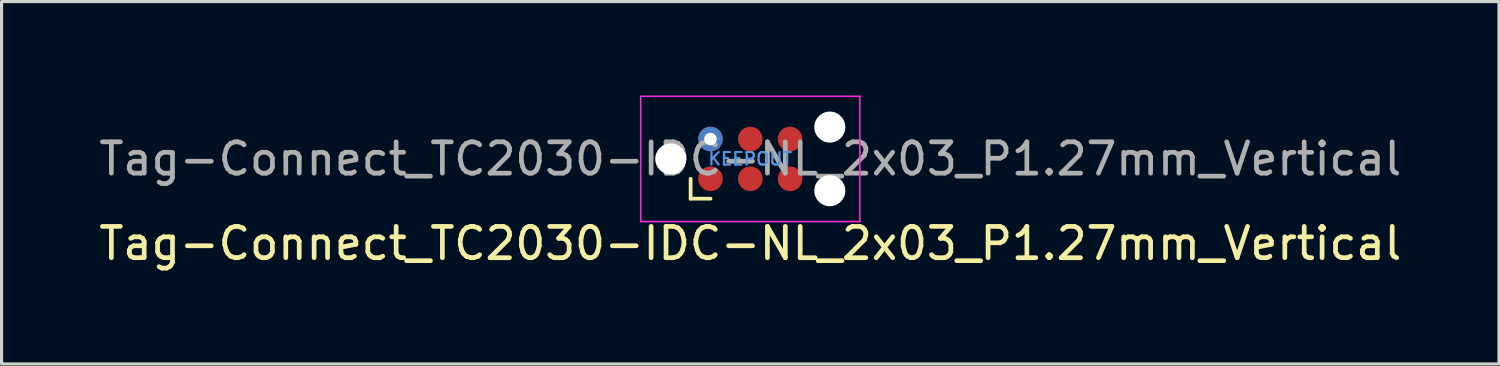
<source format=kicad_pcb>
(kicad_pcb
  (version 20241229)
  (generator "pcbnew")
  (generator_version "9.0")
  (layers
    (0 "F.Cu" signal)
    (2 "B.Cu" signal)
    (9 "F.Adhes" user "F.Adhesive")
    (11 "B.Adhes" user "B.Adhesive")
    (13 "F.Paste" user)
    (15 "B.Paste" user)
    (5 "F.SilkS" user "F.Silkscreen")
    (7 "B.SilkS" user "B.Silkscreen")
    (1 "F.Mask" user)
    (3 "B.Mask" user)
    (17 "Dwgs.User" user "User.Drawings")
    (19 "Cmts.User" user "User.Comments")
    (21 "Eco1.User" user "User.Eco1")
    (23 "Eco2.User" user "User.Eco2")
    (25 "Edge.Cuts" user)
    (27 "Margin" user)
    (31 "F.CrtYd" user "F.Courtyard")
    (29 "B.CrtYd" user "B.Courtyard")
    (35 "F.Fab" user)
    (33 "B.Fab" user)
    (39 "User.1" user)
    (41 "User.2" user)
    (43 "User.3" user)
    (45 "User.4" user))
  (footprint "Tag-Connect_TC2030-IDC-NL_2x03_P1.27mm_Vertical"
    (layer "F.Cu")
    (at 20.911 2.025)
    (property "Reference" "Tag-Connect_TC2030-IDC-NL_2x03_P1.27mm_Vertical" (at 0 2.7 0) (layer "F.SilkS") (effects (font (size 1 1) (thickness 0.15))))
    (attr exclude_from_pos_files exclude_from_bom)
    (fp_line (start -1.905 1.27) (end -1.905 0.635) (stroke (width 0.12) (type solid)) (layer "F.SilkS"))
    (fp_line (start -1.27 1.27) (end -1.905 1.27) (stroke (width 0.12) (type solid)) (layer "F.SilkS"))
    (fp_line (start -3.5 -2) (end 3.5 -2) (stroke (width 0.05) (type solid)) (layer "F.CrtYd"))
    (fp_line (start -3.5 2) (end -3.5 -2) (stroke (width 0.05) (type solid)) (layer "F.CrtYd"))
    (fp_line (start 3.5 -2) (end 3.5 2) (stroke (width 0.05) (type solid)) (layer "F.CrtYd"))
    (fp_line (start 3.5 2) (end -3.5 2) (stroke (width 0.05) (type solid)) (layer "F.CrtYd"))
    (fp_text user "KEEPOUT" (at 0 0 0) (layer "Cmts.User") (effects (font (size 0.4 0.4) (thickness 0.07))))
    (fp_text user "${REFERENCE}" (at 0 0 0) (layer "F.Fab") (effects (font (size 1 1) (thickness 0.15))))
    (pad "" np_thru_hole circle (at -2.54 0) (size 0.991 0.991) (drill 0.991) (layers "*.Cu" "*.Mask"))
    (pad "" np_thru_hole circle (at 2.54 -1.016) (size 0.991 0.991) (drill 0.991) (layers "*.Cu" "*.Mask"))
    (pad "" np_thru_hole circle (at 2.54 1.016) (size 0.991 0.991) (drill 0.991) (layers "*.Cu" "*.Mask"))
    (pad "1" connect circle (at -1.27 0.635) (size 0.787 0.787) (layers "F.Cu" "F.Mask"))
    (pad "2" thru_hole circle (at -1.27 -0.635) (size 0.787 0.787) (drill 0.4) (layers "*.Cu" "*.Mask"))
    (pad "3" connect circle (at 0 0.635) (size 0.787 0.787) (layers "F.Cu" "F.Mask"))
    (pad "4" connect circle (at 0 -0.635) (size 0.787 0.787) (layers "F.Cu" "F.Mask"))
    (pad "5" connect circle (at 1.27 0.635) (size 0.787 0.787) (layers "F.Cu" "F.Mask"))
    (pad "6" connect circle (at 1.27 -0.635) (size 0.787 0.787) (layers "F.Cu" "F.Mask"))
    (zone (net_name "") (layer "F.Cu") (hatch full 0.508) (connect_pads) (min_thickness 0.254) (filled_areas_thickness no) (keepout (tracks allowed) (vias not_allowed) (pads allowed) (copperpour not_allowed) (footprints not_allowed)) (placement (enabled no)) (fill) (polygon (pts (xy 22.181 1.39) (xy 19.641 1.39) (xy 19.641 2.66) (xy 22.181 2.66)))))
  (gr_rect
    (start -3 -3)
    (end 44.821 8.573)
    (stroke (width 0.1) (type default))
    (fill no)
    (layer "Edge.Cuts")))
</source>
